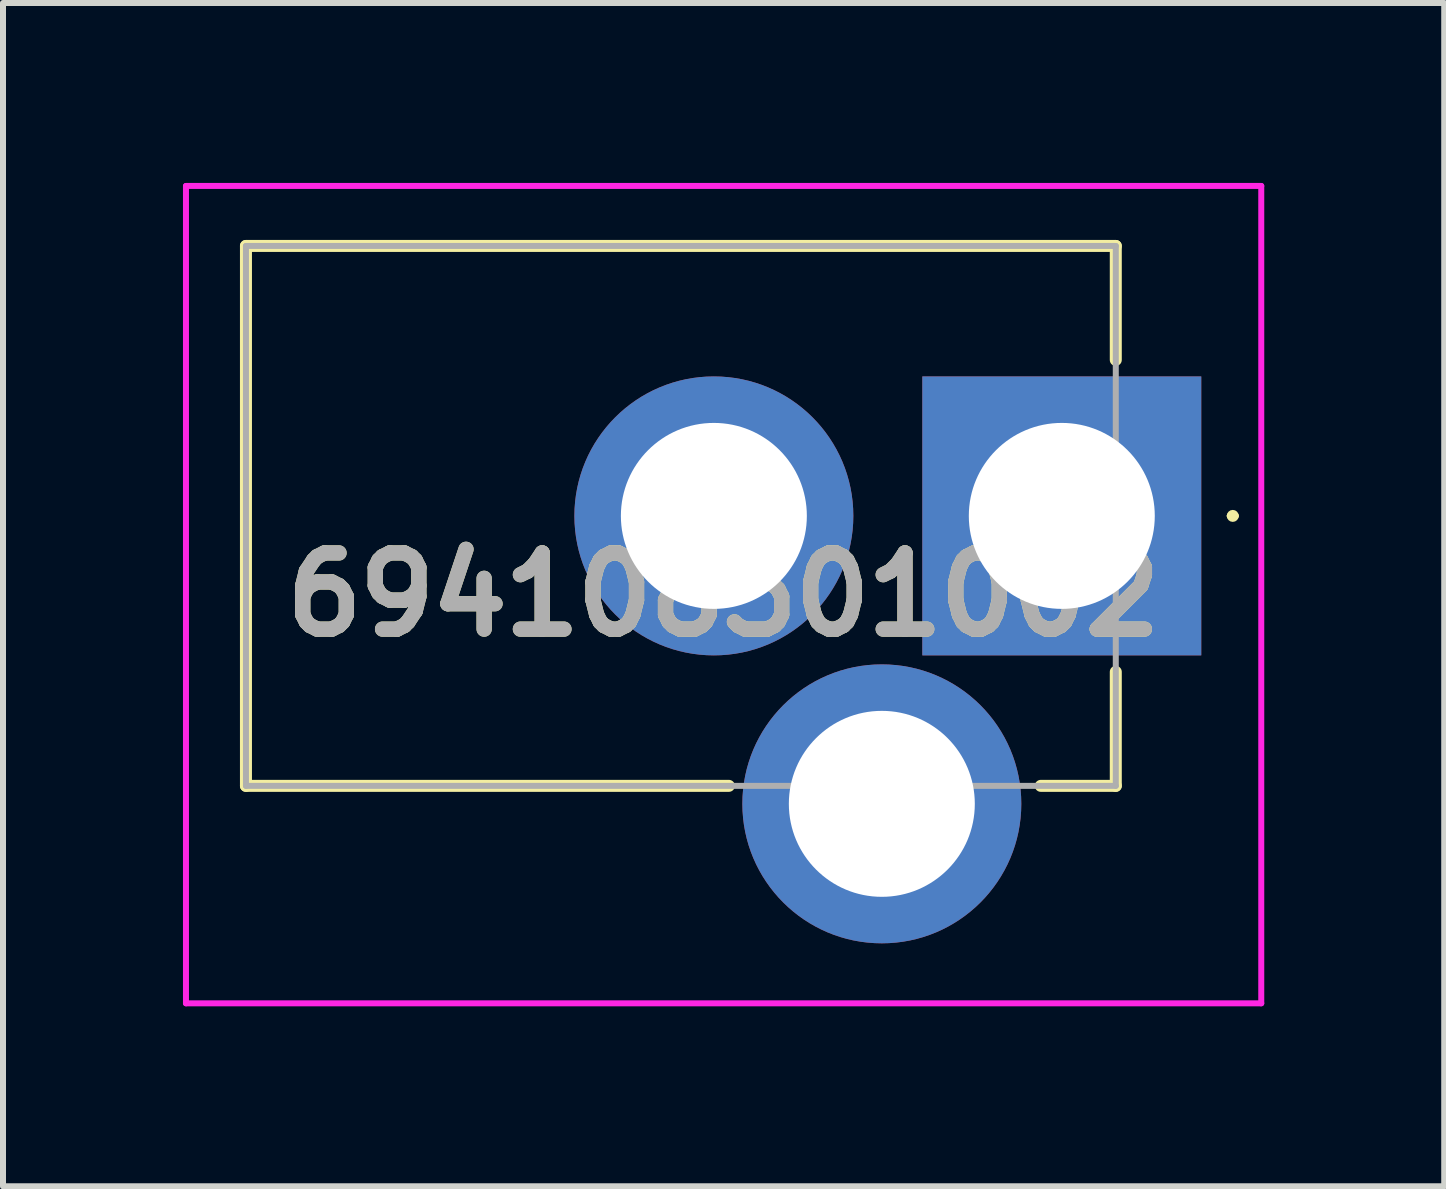
<source format=kicad_pcb>
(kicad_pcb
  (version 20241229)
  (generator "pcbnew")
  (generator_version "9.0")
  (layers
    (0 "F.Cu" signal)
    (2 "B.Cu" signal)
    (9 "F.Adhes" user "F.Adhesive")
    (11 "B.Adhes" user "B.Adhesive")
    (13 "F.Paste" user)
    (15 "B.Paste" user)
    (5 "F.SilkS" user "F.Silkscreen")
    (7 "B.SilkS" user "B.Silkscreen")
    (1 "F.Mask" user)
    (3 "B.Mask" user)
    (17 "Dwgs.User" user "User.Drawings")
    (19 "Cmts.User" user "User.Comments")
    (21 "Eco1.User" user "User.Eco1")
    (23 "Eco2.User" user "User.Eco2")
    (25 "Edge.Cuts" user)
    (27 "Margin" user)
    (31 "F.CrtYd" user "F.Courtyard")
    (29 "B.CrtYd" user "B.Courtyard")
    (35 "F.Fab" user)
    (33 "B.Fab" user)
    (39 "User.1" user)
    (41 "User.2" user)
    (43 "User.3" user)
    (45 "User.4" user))
  (footprint "694108301002"
    (layer "F.Cu")
    (at 14.65 5.55)
    (property "Reference" "694108301002" (at -5.638 1.313 0) (layer "F.SilkS") (effects (font (size 1.27 1.27) (thickness 0.254))))
    (attr through_hole)
    (fp_line (start -13.6 -4.5) (end 0.9 -4.5) (stroke (width 0.2) (type solid)) (layer "F.SilkS"))
    (fp_line (start -13.6 4.5) (end -13.6 -4.5) (stroke (width 0.2) (type solid)) (layer "F.SilkS"))
    (fp_line (start -5.55 4.5) (end -13.6 4.5) (stroke (width 0.2) (type solid)) (layer "F.SilkS"))
    (fp_line (start 0.9 -4.5) (end 0.9 -2.6) (stroke (width 0.2) (type solid)) (layer "F.SilkS"))
    (fp_line (start 0.9 2.6) (end 0.9 4.5) (stroke (width 0.2) (type solid)) (layer "F.SilkS"))
    (fp_line (start 0.9 4.5) (end -0.35 4.5) (stroke (width 0.2) (type solid)) (layer "F.SilkS"))
    (fp_line (start 2.8 0) (end 2.8 0) (stroke (width 0.1) (type solid)) (layer "F.SilkS"))
    (fp_line (start 2.9 0) (end 2.9 0) (stroke (width 0.1) (type solid)) (layer "F.SilkS"))
    (fp_arc (start 2.8 0) (mid 2.85 -0.05) (end 2.9 0) (stroke (width 0.1) (type solid)) (layer "F.SilkS"))
    (fp_arc (start 2.9 0) (mid 2.85 0.05) (end 2.8 0) (stroke (width 0.1) (type solid)) (layer "F.SilkS"))
    (fp_line (start -14.6 -5.5) (end 3.325 -5.5) (stroke (width 0.1) (type solid)) (layer "F.CrtYd"))
    (fp_line (start -14.6 8.125) (end -14.6 -5.5) (stroke (width 0.1) (type solid)) (layer "F.CrtYd"))
    (fp_line (start 3.325 -5.5) (end 3.325 8.125) (stroke (width 0.1) (type solid)) (layer "F.CrtYd"))
    (fp_line (start 3.325 8.125) (end -14.6 8.125) (stroke (width 0.1) (type solid)) (layer "F.CrtYd"))
    (fp_line (start -13.6 -4.5) (end 0.9 -4.5) (stroke (width 0.1) (type solid)) (layer "F.Fab"))
    (fp_line (start -13.6 4.5) (end -13.6 -4.5) (stroke (width 0.1) (type solid)) (layer "F.Fab"))
    (fp_line (start 0.9 -4.5) (end 0.9 4.5) (stroke (width 0.1) (type solid)) (layer "F.Fab"))
    (fp_line (start 0.9 4.5) (end -13.6 4.5) (stroke (width 0.1) (type solid)) (layer "F.Fab"))
    (fp_text user "${REFERENCE}" (at -5.638 1.313 0) (layer "F.Fab") (effects (font (size 1.27 1.27) (thickness 0.254))))
    (pad "1" thru_hole rect (at 0 0) (size 4.65 4.65) (drill 3.1) (layers "*.Cu" "*.Mask"))
    (pad "2" thru_hole circle (at -5.8 0) (size 4.65 4.65) (drill 3.1) (layers "*.Cu" "*.Mask"))
    (pad "3" thru_hole circle (at -3 4.8) (size 4.65 4.65) (drill 3.1) (layers "*.Cu" "*.Mask")))
  (gr_rect
    (start -3 -3)
    (end 21.025 16.725)
    (stroke (width 0.1) (type default))
    (fill no)
    (layer "Edge.Cuts")))
</source>
